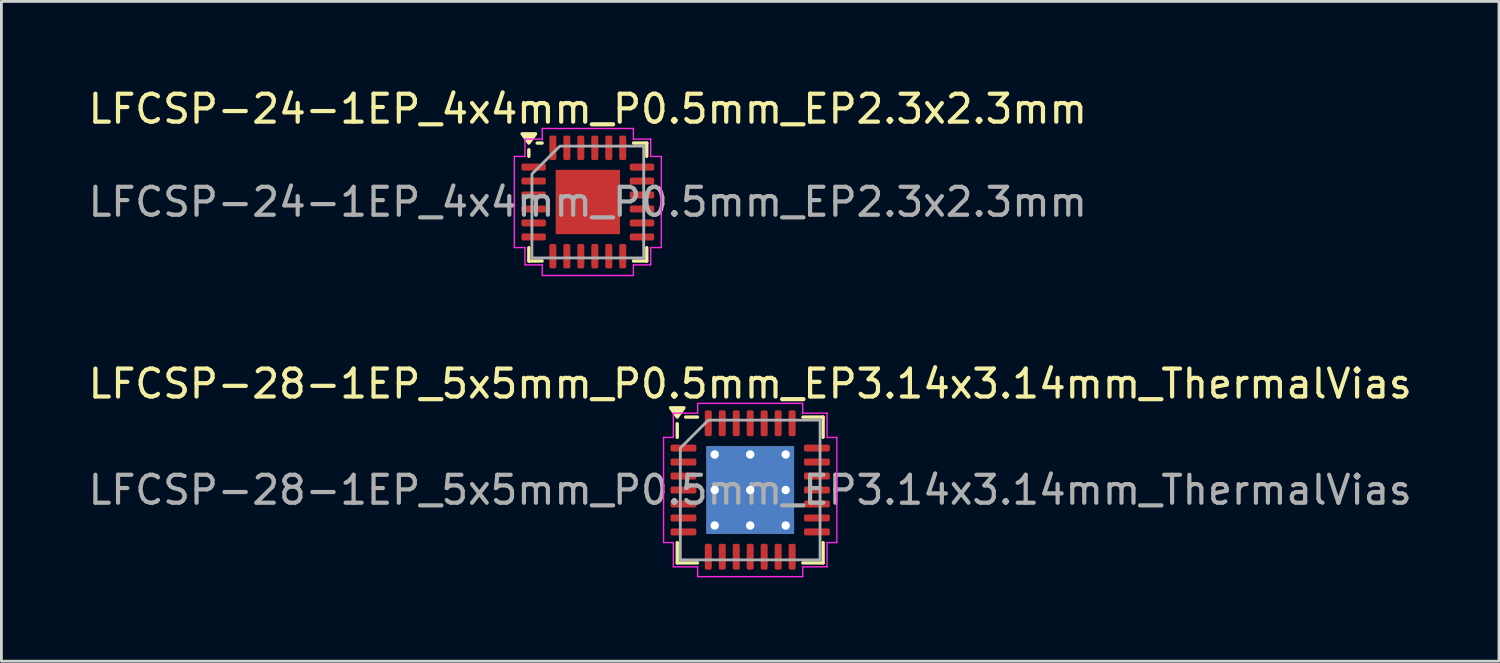
<source format=kicad_pcb>
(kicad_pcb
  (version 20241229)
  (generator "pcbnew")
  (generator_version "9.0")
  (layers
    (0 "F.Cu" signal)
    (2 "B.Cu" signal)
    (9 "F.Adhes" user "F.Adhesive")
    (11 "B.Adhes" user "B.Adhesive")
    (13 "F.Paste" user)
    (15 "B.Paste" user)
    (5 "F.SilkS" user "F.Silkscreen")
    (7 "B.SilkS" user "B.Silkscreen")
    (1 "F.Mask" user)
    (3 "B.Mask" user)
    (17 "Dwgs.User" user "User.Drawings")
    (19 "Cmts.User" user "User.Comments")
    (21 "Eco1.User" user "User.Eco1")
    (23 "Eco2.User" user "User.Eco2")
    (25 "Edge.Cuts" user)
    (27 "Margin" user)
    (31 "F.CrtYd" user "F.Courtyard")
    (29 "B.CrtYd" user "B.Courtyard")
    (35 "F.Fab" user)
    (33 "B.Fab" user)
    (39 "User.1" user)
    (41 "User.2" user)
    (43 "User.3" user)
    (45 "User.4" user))
  (footprint "LFCSP-28-1EP_5x5mm_P0.5mm_EP3.14x3.14mm_ThermalVias"
    (layer "F.Cu")
    (at 23.792 14.482)
    (property "Reference" "LFCSP-28-1EP_5x5mm_P0.5mm_EP3.14x3.14mm_ThermalVias" (at 0 -3.8 0) (layer "F.SilkS") (effects (font (size 1 1) (thickness 0.15))))
    (attr smd)
    (fp_line (start -2.61 -1.885) (end -2.61 -2.37) (stroke (width 0.12) (type solid)) (layer "F.SilkS"))
    (fp_line (start -2.61 2.61) (end -2.61 1.885) (stroke (width 0.12) (type solid)) (layer "F.SilkS"))
    (fp_line (start -1.885 -2.61) (end -2.31 -2.61) (stroke (width 0.12) (type solid)) (layer "F.SilkS"))
    (fp_line (start -1.885 2.61) (end -2.61 2.61) (stroke (width 0.12) (type solid)) (layer "F.SilkS"))
    (fp_line (start 1.885 -2.61) (end 2.61 -2.61) (stroke (width 0.12) (type solid)) (layer "F.SilkS"))
    (fp_line (start 1.885 2.61) (end 2.61 2.61) (stroke (width 0.12) (type solid)) (layer "F.SilkS"))
    (fp_line (start 2.61 -2.61) (end 2.61 -1.885) (stroke (width 0.12) (type solid)) (layer "F.SilkS"))
    (fp_line (start 2.61 2.61) (end 2.61 1.885) (stroke (width 0.12) (type solid)) (layer "F.SilkS"))
    (fp_poly (pts (xy -2.61 -2.61) (xy -2.85 -2.94) (xy -2.37 -2.94)) (stroke (width 0.12) (type solid)) (fill yes) (layer "F.SilkS"))
    (fp_line (start -3.1 -1.88) (end -2.75 -1.88) (stroke (width 0.05) (type solid)) (layer "F.CrtYd"))
    (fp_line (start -3.1 1.88) (end -3.1 -1.88) (stroke (width 0.05) (type solid)) (layer "F.CrtYd"))
    (fp_line (start -2.75 -2.75) (end -1.88 -2.75) (stroke (width 0.05) (type solid)) (layer "F.CrtYd"))
    (fp_line (start -2.75 -1.88) (end -2.75 -2.75) (stroke (width 0.05) (type solid)) (layer "F.CrtYd"))
    (fp_line (start -2.75 1.88) (end -3.1 1.88) (stroke (width 0.05) (type solid)) (layer "F.CrtYd"))
    (fp_line (start -2.75 2.75) (end -2.75 1.88) (stroke (width 0.05) (type solid)) (layer "F.CrtYd"))
    (fp_line (start -1.88 -3.1) (end 1.88 -3.1) (stroke (width 0.05) (type solid)) (layer "F.CrtYd"))
    (fp_line (start -1.88 -2.75) (end -1.88 -3.1) (stroke (width 0.05) (type solid)) (layer "F.CrtYd"))
    (fp_line (start -1.88 2.75) (end -2.75 2.75) (stroke (width 0.05) (type solid)) (layer "F.CrtYd"))
    (fp_line (start -1.88 3.1) (end -1.88 2.75) (stroke (width 0.05) (type solid)) (layer "F.CrtYd"))
    (fp_line (start 1.88 -3.1) (end 1.88 -2.75) (stroke (width 0.05) (type solid)) (layer "F.CrtYd"))
    (fp_line (start 1.88 -2.75) (end 2.75 -2.75) (stroke (width 0.05) (type solid)) (layer "F.CrtYd"))
    (fp_line (start 1.88 2.75) (end 1.88 3.1) (stroke (width 0.05) (type solid)) (layer "F.CrtYd"))
    (fp_line (start 1.88 3.1) (end -1.88 3.1) (stroke (width 0.05) (type solid)) (layer "F.CrtYd"))
    (fp_line (start 2.75 -2.75) (end 2.75 -1.88) (stroke (width 0.05) (type solid)) (layer "F.CrtYd"))
    (fp_line (start 2.75 -1.88) (end 3.1 -1.88) (stroke (width 0.05) (type solid)) (layer "F.CrtYd"))
    (fp_line (start 2.75 1.88) (end 2.75 2.75) (stroke (width 0.05) (type solid)) (layer "F.CrtYd"))
    (fp_line (start 2.75 2.75) (end 1.88 2.75) (stroke (width 0.05) (type solid)) (layer "F.CrtYd"))
    (fp_line (start 3.1 -1.88) (end 3.1 1.88) (stroke (width 0.05) (type solid)) (layer "F.CrtYd"))
    (fp_line (start 3.1 1.88) (end 2.75 1.88) (stroke (width 0.05) (type solid)) (layer "F.CrtYd"))
    (fp_poly (pts (xy -2.5 -1.5) (xy -2.5 2.5) (xy 2.5 2.5) (xy 2.5 -2.5) (xy -1.5 -2.5)) (stroke (width 0.1) (type solid)) (fill no) (layer "F.Fab"))
    (fp_text user "${REFERENCE}" (at 0 0 0) (layer "F.Fab") (effects (font (size 1 1) (thickness 0.15))))
    (pad "" smd roundrect (at -0.785 -0.785) (size 1.31 1.31) (layers "F.Paste") (roundrect_rratio 0.191))
    (pad "" smd roundrect (at -0.785 0.785) (size 1.31 1.31) (layers "F.Paste") (roundrect_rratio 0.191))
    (pad "" smd roundrect (at 0.785 -0.785) (size 1.31 1.31) (layers "F.Paste") (roundrect_rratio 0.191))
    (pad "" smd roundrect (at 0.785 0.785) (size 1.31 1.31) (layers "F.Paste") (roundrect_rratio 0.191))
    (pad "1" smd roundrect (at -2.388 -1.5) (size 0.925 0.25) (layers "F.Cu" "F.Mask" "F.Paste") (roundrect_rratio 0.25))
    (pad "2" smd roundrect (at -2.388 -1) (size 0.925 0.25) (layers "F.Cu" "F.Mask" "F.Paste") (roundrect_rratio 0.25))
    (pad "3" smd roundrect (at -2.388 -0.5) (size 0.925 0.25) (layers "F.Cu" "F.Mask" "F.Paste") (roundrect_rratio 0.25))
    (pad "4" smd roundrect (at -2.388 0) (size 0.925 0.25) (layers "F.Cu" "F.Mask" "F.Paste") (roundrect_rratio 0.25))
    (pad "5" smd roundrect (at -2.388 0.5) (size 0.925 0.25) (layers "F.Cu" "F.Mask" "F.Paste") (roundrect_rratio 0.25))
    (pad "6" smd roundrect (at -2.388 1) (size 0.925 0.25) (layers "F.Cu" "F.Mask" "F.Paste") (roundrect_rratio 0.25))
    (pad "7" smd roundrect (at -2.388 1.5) (size 0.925 0.25) (layers "F.Cu" "F.Mask" "F.Paste") (roundrect_rratio 0.25))
    (pad "8" smd roundrect (at -1.5 2.388) (size 0.25 0.925) (layers "F.Cu" "F.Mask" "F.Paste") (roundrect_rratio 0.25))
    (pad "9" smd roundrect (at -1 2.388) (size 0.25 0.925) (layers "F.Cu" "F.Mask" "F.Paste") (roundrect_rratio 0.25))
    (pad "10" smd roundrect (at -0.5 2.388) (size 0.25 0.925) (layers "F.Cu" "F.Mask" "F.Paste") (roundrect_rratio 0.25))
    (pad "11" smd roundrect (at 0 2.388) (size 0.25 0.925) (layers "F.Cu" "F.Mask" "F.Paste") (roundrect_rratio 0.25))
    (pad "12" smd roundrect (at 0.5 2.388) (size 0.25 0.925) (layers "F.Cu" "F.Mask" "F.Paste") (roundrect_rratio 0.25))
    (pad "13" smd roundrect (at 1 2.388) (size 0.25 0.925) (layers "F.Cu" "F.Mask" "F.Paste") (roundrect_rratio 0.25))
    (pad "14" smd roundrect (at 1.5 2.388) (size 0.25 0.925) (layers "F.Cu" "F.Mask" "F.Paste") (roundrect_rratio 0.25))
    (pad "15" smd roundrect (at 2.388 1.5) (size 0.925 0.25) (layers "F.Cu" "F.Mask" "F.Paste") (roundrect_rratio 0.25))
    (pad "16" smd roundrect (at 2.388 1) (size 0.925 0.25) (layers "F.Cu" "F.Mask" "F.Paste") (roundrect_rratio 0.25))
    (pad "17" smd roundrect (at 2.388 0.5) (size 0.925 0.25) (layers "F.Cu" "F.Mask" "F.Paste") (roundrect_rratio 0.25))
    (pad "18" smd roundrect (at 2.388 0) (size 0.925 0.25) (layers "F.Cu" "F.Mask" "F.Paste") (roundrect_rratio 0.25))
    (pad "19" smd roundrect (at 2.388 -0.5) (size 0.925 0.25) (layers "F.Cu" "F.Mask" "F.Paste") (roundrect_rratio 0.25))
    (pad "20" smd roundrect (at 2.388 -1) (size 0.925 0.25) (layers "F.Cu" "F.Mask" "F.Paste") (roundrect_rratio 0.25))
    (pad "21" smd roundrect (at 2.388 -1.5) (size 0.925 0.25) (layers "F.Cu" "F.Mask" "F.Paste") (roundrect_rratio 0.25))
    (pad "22" smd roundrect (at 1.5 -2.388) (size 0.25 0.925) (layers "F.Cu" "F.Mask" "F.Paste") (roundrect_rratio 0.25))
    (pad "23" smd roundrect (at 1 -2.388) (size 0.25 0.925) (layers "F.Cu" "F.Mask" "F.Paste") (roundrect_rratio 0.25))
    (pad "24" smd roundrect (at 0.5 -2.388) (size 0.25 0.925) (layers "F.Cu" "F.Mask" "F.Paste") (roundrect_rratio 0.25))
    (pad "25" smd roundrect (at 0 -2.388) (size 0.25 0.925) (layers "F.Cu" "F.Mask" "F.Paste") (roundrect_rratio 0.25))
    (pad "26" smd roundrect (at -0.5 -2.388) (size 0.25 0.925) (layers "F.Cu" "F.Mask" "F.Paste") (roundrect_rratio 0.25))
    (pad "27" smd roundrect (at -1 -2.388) (size 0.25 0.925) (layers "F.Cu" "F.Mask" "F.Paste") (roundrect_rratio 0.25))
    (pad "28" smd roundrect (at -1.5 -2.388) (size 0.25 0.925) (layers "F.Cu" "F.Mask" "F.Paste") (roundrect_rratio 0.25))
    (pad "29" thru_hole circle (at -1.27 -1.27) (size 0.6 0.6) (drill 0.3) (property pad_prop_heatsink) (layers "*.Cu"))
    (pad "29" thru_hole circle (at -1.27 0) (size 0.6 0.6) (drill 0.3) (property pad_prop_heatsink) (layers "*.Cu"))
    (pad "29" thru_hole circle (at -1.27 1.27) (size 0.6 0.6) (drill 0.3) (property pad_prop_heatsink) (layers "*.Cu"))
    (pad "29" thru_hole circle (at 0 -1.27) (size 0.6 0.6) (drill 0.3) (property pad_prop_heatsink) (layers "*.Cu"))
    (pad "29" thru_hole circle (at 0 0) (size 0.6 0.6) (drill 0.3) (property pad_prop_heatsink) (layers "*.Cu"))
    (pad "29" smd rect (at 0 0) (size 3.14 3.14) (property pad_prop_heatsink) (layers "F.Cu" "F.Mask"))
    (pad "29" smd rect (at 0 0) (size 3.14 3.14) (property pad_prop_heatsink) (layers "B.Cu"))
    (pad "29" thru_hole circle (at 0 1.27) (size 0.6 0.6) (drill 0.3) (property pad_prop_heatsink) (layers "*.Cu"))
    (pad "29" thru_hole circle (at 1.27 -1.27) (size 0.6 0.6) (drill 0.3) (property pad_prop_heatsink) (layers "*.Cu"))
    (pad "29" thru_hole circle (at 1.27 0) (size 0.6 0.6) (drill 0.3) (property pad_prop_heatsink) (layers "*.Cu"))
    (pad "29" thru_hole circle (at 1.27 1.27) (size 0.6 0.6) (drill 0.3) (property pad_prop_heatsink) (layers "*.Cu")))
  (footprint "LFCSP-24-1EP_4x4mm_P0.5mm_EP2.3x2.3mm"
    (layer "F.Cu")
    (at 17.982 4.178)
    (property "Reference" "LFCSP-24-1EP_4x4mm_P0.5mm_EP2.3x2.3mm" (at 0 -3.33 0) (layer "F.SilkS") (effects (font (size 1 1) (thickness 0.15))))
    (attr smd)
    (fp_line (start -2.11 -1.635) (end -2.11 -1.87) (stroke (width 0.12) (type solid)) (layer "F.SilkS"))
    (fp_line (start -2.11 2.11) (end -2.11 1.635) (stroke (width 0.12) (type solid)) (layer "F.SilkS"))
    (fp_line (start -1.635 -2.11) (end -1.81 -2.11) (stroke (width 0.12) (type solid)) (layer "F.SilkS"))
    (fp_line (start -1.635 2.11) (end -2.11 2.11) (stroke (width 0.12) (type solid)) (layer "F.SilkS"))
    (fp_line (start 1.635 -2.11) (end 2.11 -2.11) (stroke (width 0.12) (type solid)) (layer "F.SilkS"))
    (fp_line (start 1.635 2.11) (end 2.11 2.11) (stroke (width 0.12) (type solid)) (layer "F.SilkS"))
    (fp_line (start 2.11 -2.11) (end 2.11 -1.635) (stroke (width 0.12) (type solid)) (layer "F.SilkS"))
    (fp_line (start 2.11 2.11) (end 2.11 1.635) (stroke (width 0.12) (type solid)) (layer "F.SilkS"))
    (fp_poly (pts (xy -2.11 -2.11) (xy -2.35 -2.44) (xy -1.87 -2.44)) (stroke (width 0.12) (type solid)) (fill yes) (layer "F.SilkS"))
    (fp_line (start -2.63 -1.63) (end -2.25 -1.63) (stroke (width 0.05) (type solid)) (layer "F.CrtYd"))
    (fp_line (start -2.63 1.63) (end -2.63 -1.63) (stroke (width 0.05) (type solid)) (layer "F.CrtYd"))
    (fp_line (start -2.25 -2.25) (end -1.63 -2.25) (stroke (width 0.05) (type solid)) (layer "F.CrtYd"))
    (fp_line (start -2.25 -1.63) (end -2.25 -2.25) (stroke (width 0.05) (type solid)) (layer "F.CrtYd"))
    (fp_line (start -2.25 1.63) (end -2.63 1.63) (stroke (width 0.05) (type solid)) (layer "F.CrtYd"))
    (fp_line (start -2.25 2.25) (end -2.25 1.63) (stroke (width 0.05) (type solid)) (layer "F.CrtYd"))
    (fp_line (start -1.63 -2.63) (end 1.63 -2.63) (stroke (width 0.05) (type solid)) (layer "F.CrtYd"))
    (fp_line (start -1.63 -2.25) (end -1.63 -2.63) (stroke (width 0.05) (type solid)) (layer "F.CrtYd"))
    (fp_line (start -1.63 2.25) (end -2.25 2.25) (stroke (width 0.05) (type solid)) (layer "F.CrtYd"))
    (fp_line (start -1.63 2.63) (end -1.63 2.25) (stroke (width 0.05) (type solid)) (layer "F.CrtYd"))
    (fp_line (start 1.63 -2.63) (end 1.63 -2.25) (stroke (width 0.05) (type solid)) (layer "F.CrtYd"))
    (fp_line (start 1.63 -2.25) (end 2.25 -2.25) (stroke (width 0.05) (type solid)) (layer "F.CrtYd"))
    (fp_line (start 1.63 2.25) (end 1.63 2.63) (stroke (width 0.05) (type solid)) (layer "F.CrtYd"))
    (fp_line (start 1.63 2.63) (end -1.63 2.63) (stroke (width 0.05) (type solid)) (layer "F.CrtYd"))
    (fp_line (start 2.25 -2.25) (end 2.25 -1.63) (stroke (width 0.05) (type solid)) (layer "F.CrtYd"))
    (fp_line (start 2.25 -1.63) (end 2.63 -1.63) (stroke (width 0.05) (type solid)) (layer "F.CrtYd"))
    (fp_line (start 2.25 1.63) (end 2.25 2.25) (stroke (width 0.05) (type solid)) (layer "F.CrtYd"))
    (fp_line (start 2.25 2.25) (end 1.63 2.25) (stroke (width 0.05) (type solid)) (layer "F.CrtYd"))
    (fp_line (start 2.63 -1.63) (end 2.63 1.63) (stroke (width 0.05) (type solid)) (layer "F.CrtYd"))
    (fp_line (start 2.63 1.63) (end 2.25 1.63) (stroke (width 0.05) (type solid)) (layer "F.CrtYd"))
    (fp_poly (pts (xy -2 -1) (xy -2 2) (xy 2 2) (xy 2 -2) (xy -1 -2)) (stroke (width 0.1) (type solid)) (fill no) (layer "F.Fab"))
    (fp_text user "${REFERENCE}" (at 0 0 0) (layer "F.Fab") (effects (font (size 1 1) (thickness 0.15))))
    (pad "" smd roundrect (at -0.575 -0.575) (size 0.93 0.93) (layers "F.Paste") (roundrect_rratio 0.25))
    (pad "" smd roundrect (at -0.575 0.575) (size 0.93 0.93) (layers "F.Paste") (roundrect_rratio 0.25))
    (pad "" smd roundrect (at 0.575 -0.575) (size 0.93 0.93) (layers "F.Paste") (roundrect_rratio 0.25))
    (pad "" smd roundrect (at 0.575 0.575) (size 0.93 0.93) (layers "F.Paste") (roundrect_rratio 0.25))
    (pad "1" smd roundrect (at -1.938 -1.25) (size 0.875 0.25) (layers "F.Cu" "F.Mask" "F.Paste") (roundrect_rratio 0.25))
    (pad "2" smd roundrect (at -1.938 -0.75) (size 0.875 0.25) (layers "F.Cu" "F.Mask" "F.Paste") (roundrect_rratio 0.25))
    (pad "3" smd roundrect (at -1.938 -0.25) (size 0.875 0.25) (layers "F.Cu" "F.Mask" "F.Paste") (roundrect_rratio 0.25))
    (pad "4" smd roundrect (at -1.938 0.25) (size 0.875 0.25) (layers "F.Cu" "F.Mask" "F.Paste") (roundrect_rratio 0.25))
    (pad "5" smd roundrect (at -1.938 0.75) (size 0.875 0.25) (layers "F.Cu" "F.Mask" "F.Paste") (roundrect_rratio 0.25))
    (pad "6" smd roundrect (at -1.938 1.25) (size 0.875 0.25) (layers "F.Cu" "F.Mask" "F.Paste") (roundrect_rratio 0.25))
    (pad "7" smd roundrect (at -1.25 1.938) (size 0.25 0.875) (layers "F.Cu" "F.Mask" "F.Paste") (roundrect_rratio 0.25))
    (pad "8" smd roundrect (at -0.75 1.938) (size 0.25 0.875) (layers "F.Cu" "F.Mask" "F.Paste") (roundrect_rratio 0.25))
    (pad "9" smd roundrect (at -0.25 1.938) (size 0.25 0.875) (layers "F.Cu" "F.Mask" "F.Paste") (roundrect_rratio 0.25))
    (pad "10" smd roundrect (at 0.25 1.938) (size 0.25 0.875) (layers "F.Cu" "F.Mask" "F.Paste") (roundrect_rratio 0.25))
    (pad "11" smd roundrect (at 0.75 1.938) (size 0.25 0.875) (layers "F.Cu" "F.Mask" "F.Paste") (roundrect_rratio 0.25))
    (pad "12" smd roundrect (at 1.25 1.938) (size 0.25 0.875) (layers "F.Cu" "F.Mask" "F.Paste") (roundrect_rratio 0.25))
    (pad "13" smd roundrect (at 1.938 1.25) (size 0.875 0.25) (layers "F.Cu" "F.Mask" "F.Paste") (roundrect_rratio 0.25))
    (pad "14" smd roundrect (at 1.938 0.75) (size 0.875 0.25) (layers "F.Cu" "F.Mask" "F.Paste") (roundrect_rratio 0.25))
    (pad "15" smd roundrect (at 1.938 0.25) (size 0.875 0.25) (layers "F.Cu" "F.Mask" "F.Paste") (roundrect_rratio 0.25))
    (pad "16" smd roundrect (at 1.938 -0.25) (size 0.875 0.25) (layers "F.Cu" "F.Mask" "F.Paste") (roundrect_rratio 0.25))
    (pad "17" smd roundrect (at 1.938 -0.75) (size 0.875 0.25) (layers "F.Cu" "F.Mask" "F.Paste") (roundrect_rratio 0.25))
    (pad "18" smd roundrect (at 1.938 -1.25) (size 0.875 0.25) (layers "F.Cu" "F.Mask" "F.Paste") (roundrect_rratio 0.25))
    (pad "19" smd roundrect (at 1.25 -1.938) (size 0.25 0.875) (layers "F.Cu" "F.Mask" "F.Paste") (roundrect_rratio 0.25))
    (pad "20" smd roundrect (at 0.75 -1.938) (size 0.25 0.875) (layers "F.Cu" "F.Mask" "F.Paste") (roundrect_rratio 0.25))
    (pad "21" smd roundrect (at 0.25 -1.938) (size 0.25 0.875) (layers "F.Cu" "F.Mask" "F.Paste") (roundrect_rratio 0.25))
    (pad "22" smd roundrect (at -0.25 -1.938) (size 0.25 0.875) (layers "F.Cu" "F.Mask" "F.Paste") (roundrect_rratio 0.25))
    (pad "23" smd roundrect (at -0.75 -1.938) (size 0.25 0.875) (layers "F.Cu" "F.Mask" "F.Paste") (roundrect_rratio 0.25))
    (pad "24" smd roundrect (at -1.25 -1.938) (size 0.25 0.875) (layers "F.Cu" "F.Mask" "F.Paste") (roundrect_rratio 0.25))
    (pad "25" smd rect (at 0 0) (size 2.3 2.3) (property pad_prop_heatsink) (layers "F.Cu" "F.Mask")))
  (gr_rect
    (start -3 -3)
    (end 50.583 20.607)
    (stroke (width 0.1) (type default))
    (fill no)
    (layer "Edge.Cuts")))
</source>
